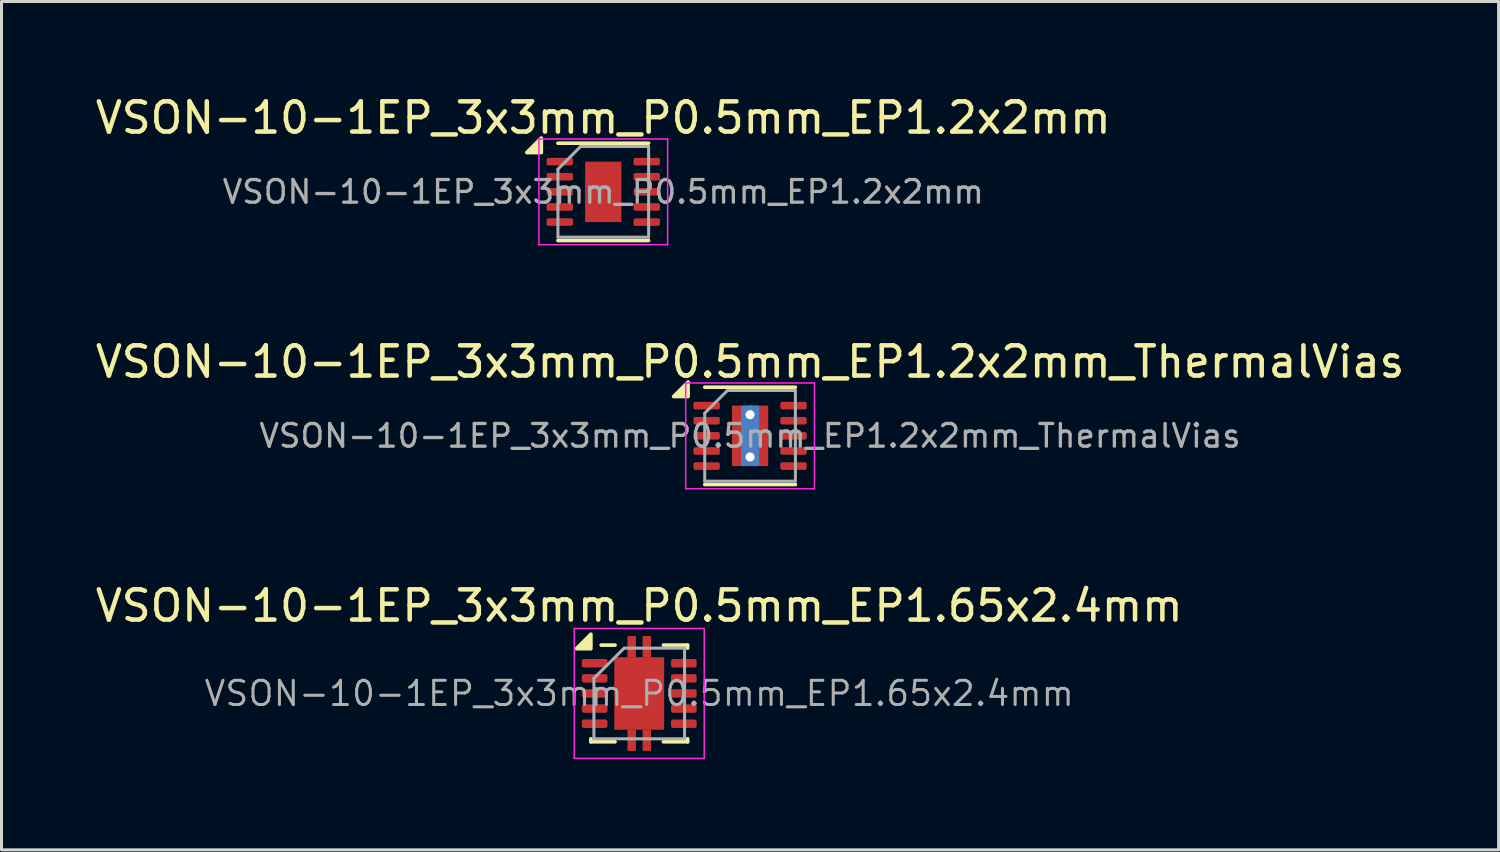
<source format=kicad_pcb>
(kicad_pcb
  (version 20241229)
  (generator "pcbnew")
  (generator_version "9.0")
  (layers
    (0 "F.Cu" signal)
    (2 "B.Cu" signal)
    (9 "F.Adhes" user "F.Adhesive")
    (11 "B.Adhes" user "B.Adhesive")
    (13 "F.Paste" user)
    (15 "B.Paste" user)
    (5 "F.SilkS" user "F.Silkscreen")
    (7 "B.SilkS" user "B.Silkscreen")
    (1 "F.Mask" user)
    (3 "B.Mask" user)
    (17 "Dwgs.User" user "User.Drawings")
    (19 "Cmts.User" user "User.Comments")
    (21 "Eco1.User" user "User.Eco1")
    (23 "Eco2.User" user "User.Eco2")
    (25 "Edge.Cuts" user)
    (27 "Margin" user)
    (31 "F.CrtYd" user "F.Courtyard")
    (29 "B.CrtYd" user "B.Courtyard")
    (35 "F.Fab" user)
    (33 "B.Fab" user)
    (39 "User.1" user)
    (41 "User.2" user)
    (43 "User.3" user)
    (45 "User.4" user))
  (footprint "VSON-10-1EP_3x3mm_P0.5mm_EP1.65x2.4mm"
    (layer "F.Cu")
    (at 18.101 19.895)
    (property "Reference" "VSON-10-1EP_3x3mm_P0.5mm_EP1.65x2.4mm" (at 0 -2.9 0) (layer "F.SilkS") (effects (font (size 1 1) (thickness 0.15))))
    (attr smd)
    (fp_line (start -1.6 1.5) (end -1.6 1.6) (stroke (width 0.12) (type solid)) (layer "F.SilkS"))
    (fp_line (start -1.6 1.6) (end -0.8 1.6) (stroke (width 0.12) (type solid)) (layer "F.SilkS"))
    (fp_line (start -0.8 -1.6) (end -1.26 -1.6) (stroke (width 0.12) (type solid)) (layer "F.SilkS"))
    (fp_line (start 0.8 -1.6) (end 1.6 -1.6) (stroke (width 0.12) (type solid)) (layer "F.SilkS"))
    (fp_line (start 0.8 1.6) (end 1.6 1.6) (stroke (width 0.12) (type solid)) (layer "F.SilkS"))
    (fp_line (start 1.6 -1.6) (end 1.6 -1.5) (stroke (width 0.12) (type solid)) (layer "F.SilkS"))
    (fp_line (start 1.6 1.6) (end 1.6 1.5) (stroke (width 0.12) (type solid)) (layer "F.SilkS"))
    (fp_poly (pts (xy -1.6 -1.48) (xy -2.08 -1.48) (xy -1.6 -1.96) (xy -1.6 -1.48)) (stroke (width 0.12) (type solid)) (fill yes) (layer "F.SilkS"))
    (fp_line (start -2.15 -2.15) (end 2.15 -2.15) (stroke (width 0.05) (type solid)) (layer "F.CrtYd"))
    (fp_line (start -2.15 2.15) (end -2.15 -2.15) (stroke (width 0.05) (type solid)) (layer "F.CrtYd"))
    (fp_line (start 2.15 -2.15) (end 2.15 2.15) (stroke (width 0.05) (type solid)) (layer "F.CrtYd"))
    (fp_line (start 2.15 2.15) (end -2.15 2.15) (stroke (width 0.05) (type solid)) (layer "F.CrtYd"))
    (fp_line (start -1.5 -0.5) (end -1.5 1.5) (stroke (width 0.1) (type solid)) (layer "F.Fab"))
    (fp_line (start -1.5 -0.5) (end -0.5 -1.5) (stroke (width 0.1) (type solid)) (layer "F.Fab"))
    (fp_line (start -1.5 1.5) (end 1.5 1.5) (stroke (width 0.1) (type solid)) (layer "F.Fab"))
    (fp_line (start -0.5 -1.5) (end 1.5 -1.5) (stroke (width 0.1) (type solid)) (layer "F.Fab"))
    (fp_line (start 1.5 -1.5) (end 1.5 1.5) (stroke (width 0.1) (type solid)) (layer "F.Fab"))
    (fp_text user "${REFERENCE}" (at 0 0 0) (layer "F.Fab") (effects (font (size 0.8 0.8) (thickness 0.1))))
    (pad "" smd rect (at -0.412 -0.8) (size 0.64 0.64) (layers "F.Paste"))
    (pad "" smd rect (at -0.412 0) (size 0.64 0.64) (layers "F.Paste"))
    (pad "" smd rect (at -0.412 0.8) (size 0.64 0.64) (layers "F.Paste"))
    (pad "" smd rect (at 0.412 -0.8) (size 0.64 0.64) (layers "F.Paste"))
    (pad "" smd rect (at 0.412 0) (size 0.64 0.64) (layers "F.Paste"))
    (pad "" smd rect (at 0.412 0.8) (size 0.64 0.64) (layers "F.Paste"))
    (pad "1" smd roundrect (at -1.475 -1) (size 0.85 0.28) (layers "F.Cu" "F.Mask" "F.Paste") (roundrect_rratio 0.25))
    (pad "2" smd roundrect (at -1.475 -0.5) (size 0.85 0.28) (layers "F.Cu" "F.Mask" "F.Paste") (roundrect_rratio 0.25))
    (pad "3" smd roundrect (at -1.475 0) (size 0.85 0.28) (layers "F.Cu" "F.Mask" "F.Paste") (roundrect_rratio 0.25))
    (pad "4" smd roundrect (at -1.475 0.5) (size 0.85 0.28) (layers "F.Cu" "F.Mask" "F.Paste") (roundrect_rratio 0.25))
    (pad "5" smd roundrect (at -1.475 1) (size 0.85 0.28) (layers "F.Cu" "F.Mask" "F.Paste") (roundrect_rratio 0.25))
    (pad "6" smd roundrect (at 1.475 1) (size 0.85 0.28) (layers "F.Cu" "F.Mask" "F.Paste") (roundrect_rratio 0.25))
    (pad "7" smd roundrect (at 1.475 0.5) (size 0.85 0.28) (layers "F.Cu" "F.Mask" "F.Paste") (roundrect_rratio 0.25))
    (pad "8" smd roundrect (at 1.475 0) (size 0.85 0.28) (layers "F.Cu" "F.Mask" "F.Paste") (roundrect_rratio 0.25))
    (pad "9" smd roundrect (at 1.475 -0.5) (size 0.85 0.28) (layers "F.Cu" "F.Mask" "F.Paste") (roundrect_rratio 0.25))
    (pad "10" smd roundrect (at 1.475 -1) (size 0.85 0.28) (layers "F.Cu" "F.Mask" "F.Paste") (roundrect_rratio 0.25))
    (pad "11" smd rect (at -0.25 -1.55) (size 0.28 0.7) (layers "F.Cu" "F.Mask" "F.Paste"))
    (pad "11" smd rect (at -0.25 1.55) (size 0.28 0.7) (layers "F.Cu" "F.Mask" "F.Paste"))
    (pad "11" smd rect (at 0 0) (size 1.65 2.4) (layers "F.Cu" "F.Mask"))
    (pad "11" smd rect (at 0.25 -1.55) (size 0.28 0.7) (layers "F.Cu" "F.Mask" "F.Paste"))
    (pad "11" smd rect (at 0.25 1.55) (size 0.28 0.7) (layers "F.Cu" "F.Mask" "F.Paste")))
  (footprint "VSON-10-1EP_3x3mm_P0.5mm_EP1.2x2mm_ThermalVias"
    (layer "F.Cu")
    (at 21.768 11.371)
    (property "Reference" "VSON-10-1EP_3x3mm_P0.5mm_EP1.2x2mm_ThermalVias" (at 0 -2.45 0) (layer "F.SilkS") (effects (font (size 1 1) (thickness 0.15))))
    (attr smd)
    (fp_line (start -1.5 -1.61) (end 1.5 -1.61) (stroke (width 0.12) (type solid)) (layer "F.SilkS"))
    (fp_line (start -1.5 1.61) (end 1.5 1.61) (stroke (width 0.12) (type solid)) (layer "F.SilkS"))
    (fp_poly (pts (xy -2.05 -1.3) (xy -2.53 -1.3) (xy -2.05 -1.78) (xy -2.05 -1.3)) (stroke (width 0.12) (type solid)) (fill yes) (layer "F.SilkS"))
    (fp_line (start -2.13 -1.75) (end -2.13 1.75) (stroke (width 0.05) (type solid)) (layer "F.CrtYd"))
    (fp_line (start -2.13 1.75) (end 2.13 1.75) (stroke (width 0.05) (type solid)) (layer "F.CrtYd"))
    (fp_line (start 2.13 -1.75) (end -2.13 -1.75) (stroke (width 0.05) (type solid)) (layer "F.CrtYd"))
    (fp_line (start 2.13 1.75) (end 2.13 -1.75) (stroke (width 0.05) (type solid)) (layer "F.CrtYd"))
    (fp_line (start -1.5 -0.75) (end -0.75 -1.5) (stroke (width 0.1) (type solid)) (layer "F.Fab"))
    (fp_line (start -1.5 1.5) (end -1.5 -0.75) (stroke (width 0.1) (type solid)) (layer "F.Fab"))
    (fp_line (start -0.75 -1.5) (end 1.5 -1.5) (stroke (width 0.1) (type solid)) (layer "F.Fab"))
    (fp_line (start 1.5 -1.5) (end 1.5 1.5) (stroke (width 0.1) (type solid)) (layer "F.Fab"))
    (fp_line (start 1.5 1.5) (end -1.5 1.5) (stroke (width 0.1) (type solid)) (layer "F.Fab"))
    (fp_text user "${REFERENCE}" (at 0 0 0) (layer "F.Fab") (effects (font (size 0.75 0.75) (thickness 0.11))))
    (pad "" smd roundrect (at -0.3 -0.5) (size 0.52 0.87) (layers "F.Paste") (roundrect_rratio 0.25))
    (pad "" smd roundrect (at -0.3 0.5) (size 0.52 0.87) (layers "F.Paste") (roundrect_rratio 0.25))
    (pad "" smd roundrect (at 0.3 -0.5) (size 0.52 0.87) (layers "F.Paste") (roundrect_rratio 0.25))
    (pad "" smd roundrect (at 0.3 0.5) (size 0.52 0.87) (layers "F.Paste") (roundrect_rratio 0.25))
    (pad "1" smd roundrect (at -1.438 -1) (size 0.875 0.25) (layers "F.Cu" "F.Mask" "F.Paste") (roundrect_rratio 0.25))
    (pad "2" smd roundrect (at -1.438 -0.5) (size 0.875 0.25) (layers "F.Cu" "F.Mask" "F.Paste") (roundrect_rratio 0.25))
    (pad "3" smd roundrect (at -1.438 0) (size 0.875 0.25) (layers "F.Cu" "F.Mask" "F.Paste") (roundrect_rratio 0.25))
    (pad "4" smd roundrect (at -1.438 0.5) (size 0.875 0.25) (layers "F.Cu" "F.Mask" "F.Paste") (roundrect_rratio 0.25))
    (pad "5" smd roundrect (at -1.438 1) (size 0.875 0.25) (layers "F.Cu" "F.Mask" "F.Paste") (roundrect_rratio 0.25))
    (pad "6" smd roundrect (at 1.438 1) (size 0.875 0.25) (layers "F.Cu" "F.Mask" "F.Paste") (roundrect_rratio 0.25))
    (pad "7" smd roundrect (at 1.438 0.5) (size 0.875 0.25) (layers "F.Cu" "F.Mask" "F.Paste") (roundrect_rratio 0.25))
    (pad "8" smd roundrect (at 1.438 0) (size 0.875 0.25) (layers "F.Cu" "F.Mask" "F.Paste") (roundrect_rratio 0.25))
    (pad "9" smd roundrect (at 1.438 -0.5) (size 0.875 0.25) (layers "F.Cu" "F.Mask" "F.Paste") (roundrect_rratio 0.25))
    (pad "10" smd roundrect (at 1.438 -1) (size 0.875 0.25) (layers "F.Cu" "F.Mask" "F.Paste") (roundrect_rratio 0.25))
    (pad "11" thru_hole circle (at 0 -0.7) (size 0.6 0.6) (drill 0.3) (property pad_prop_heatsink) (layers "*.Cu"))
    (pad "11" smd rect (at 0 0) (size 0.6 2) (property pad_prop_heatsink) (layers "B.Cu"))
    (pad "11" smd rect (at 0 0) (size 1.2 2) (property pad_prop_heatsink) (layers "F.Cu" "F.Mask"))
    (pad "11" thru_hole circle (at 0 0.7) (size 0.6 0.6) (drill 0.3) (property pad_prop_heatsink) (layers "*.Cu")))
  (footprint "VSON-10-1EP_3x3mm_P0.5mm_EP1.2x2mm"
    (layer "F.Cu")
    (at 16.911 3.298)
    (property "Reference" "VSON-10-1EP_3x3mm_P0.5mm_EP1.2x2mm" (at 0 -2.45 0) (layer "F.SilkS") (effects (font (size 1 1) (thickness 0.15))))
    (attr smd)
    (fp_line (start -1.5 -1.61) (end 1.5 -1.61) (stroke (width 0.12) (type solid)) (layer "F.SilkS"))
    (fp_line (start -1.5 1.61) (end 1.5 1.61) (stroke (width 0.12) (type solid)) (layer "F.SilkS"))
    (fp_poly (pts (xy -2.05 -1.3) (xy -2.53 -1.3) (xy -2.05 -1.78) (xy -2.05 -1.3)) (stroke (width 0.12) (type solid)) (fill yes) (layer "F.SilkS"))
    (fp_line (start -2.13 -1.75) (end -2.13 1.75) (stroke (width 0.05) (type solid)) (layer "F.CrtYd"))
    (fp_line (start -2.13 1.75) (end 2.13 1.75) (stroke (width 0.05) (type solid)) (layer "F.CrtYd"))
    (fp_line (start 2.13 -1.75) (end -2.13 -1.75) (stroke (width 0.05) (type solid)) (layer "F.CrtYd"))
    (fp_line (start 2.13 1.75) (end 2.13 -1.75) (stroke (width 0.05) (type solid)) (layer "F.CrtYd"))
    (fp_line (start -1.5 -0.75) (end -0.75 -1.5) (stroke (width 0.1) (type solid)) (layer "F.Fab"))
    (fp_line (start -1.5 1.5) (end -1.5 -0.75) (stroke (width 0.1) (type solid)) (layer "F.Fab"))
    (fp_line (start -0.75 -1.5) (end 1.5 -1.5) (stroke (width 0.1) (type solid)) (layer "F.Fab"))
    (fp_line (start 1.5 -1.5) (end 1.5 1.5) (stroke (width 0.1) (type solid)) (layer "F.Fab"))
    (fp_line (start 1.5 1.5) (end -1.5 1.5) (stroke (width 0.1) (type solid)) (layer "F.Fab"))
    (fp_text user "${REFERENCE}" (at 0 0 0) (layer "F.Fab") (effects (font (size 0.75 0.75) (thickness 0.11))))
    (pad "" smd roundrect (at -0.3 -0.5) (size 0.48 0.81) (layers "F.Paste") (roundrect_rratio 0.25))
    (pad "" smd roundrect (at -0.3 0.5) (size 0.48 0.81) (layers "F.Paste") (roundrect_rratio 0.25))
    (pad "" smd roundrect (at 0.3 -0.5) (size 0.48 0.81) (layers "F.Paste") (roundrect_rratio 0.25))
    (pad "" smd roundrect (at 0.3 0.5) (size 0.48 0.81) (layers "F.Paste") (roundrect_rratio 0.25))
    (pad "1" smd roundrect (at -1.438 -1) (size 0.875 0.25) (layers "F.Cu" "F.Mask" "F.Paste") (roundrect_rratio 0.25))
    (pad "2" smd roundrect (at -1.438 -0.5) (size 0.875 0.25) (layers "F.Cu" "F.Mask" "F.Paste") (roundrect_rratio 0.25))
    (pad "3" smd roundrect (at -1.438 0) (size 0.875 0.25) (layers "F.Cu" "F.Mask" "F.Paste") (roundrect_rratio 0.25))
    (pad "4" smd roundrect (at -1.438 0.5) (size 0.875 0.25) (layers "F.Cu" "F.Mask" "F.Paste") (roundrect_rratio 0.25))
    (pad "5" smd roundrect (at -1.438 1) (size 0.875 0.25) (layers "F.Cu" "F.Mask" "F.Paste") (roundrect_rratio 0.25))
    (pad "6" smd roundrect (at 1.438 1) (size 0.875 0.25) (layers "F.Cu" "F.Mask" "F.Paste") (roundrect_rratio 0.25))
    (pad "7" smd roundrect (at 1.438 0.5) (size 0.875 0.25) (layers "F.Cu" "F.Mask" "F.Paste") (roundrect_rratio 0.25))
    (pad "8" smd roundrect (at 1.438 0) (size 0.875 0.25) (layers "F.Cu" "F.Mask" "F.Paste") (roundrect_rratio 0.25))
    (pad "9" smd roundrect (at 1.438 -0.5) (size 0.875 0.25) (layers "F.Cu" "F.Mask" "F.Paste") (roundrect_rratio 0.25))
    (pad "10" smd roundrect (at 1.438 -1) (size 0.875 0.25) (layers "F.Cu" "F.Mask" "F.Paste") (roundrect_rratio 0.25))
    (pad "11" smd rect (at 0 0) (size 1.2 2) (property pad_prop_heatsink) (layers "F.Cu" "F.Mask")))
  (gr_rect
    (start -3 -3)
    (end 46.536 25.07)
    (stroke (width 0.1) (type default))
    (fill no)
    (layer "Edge.Cuts")))
</source>
